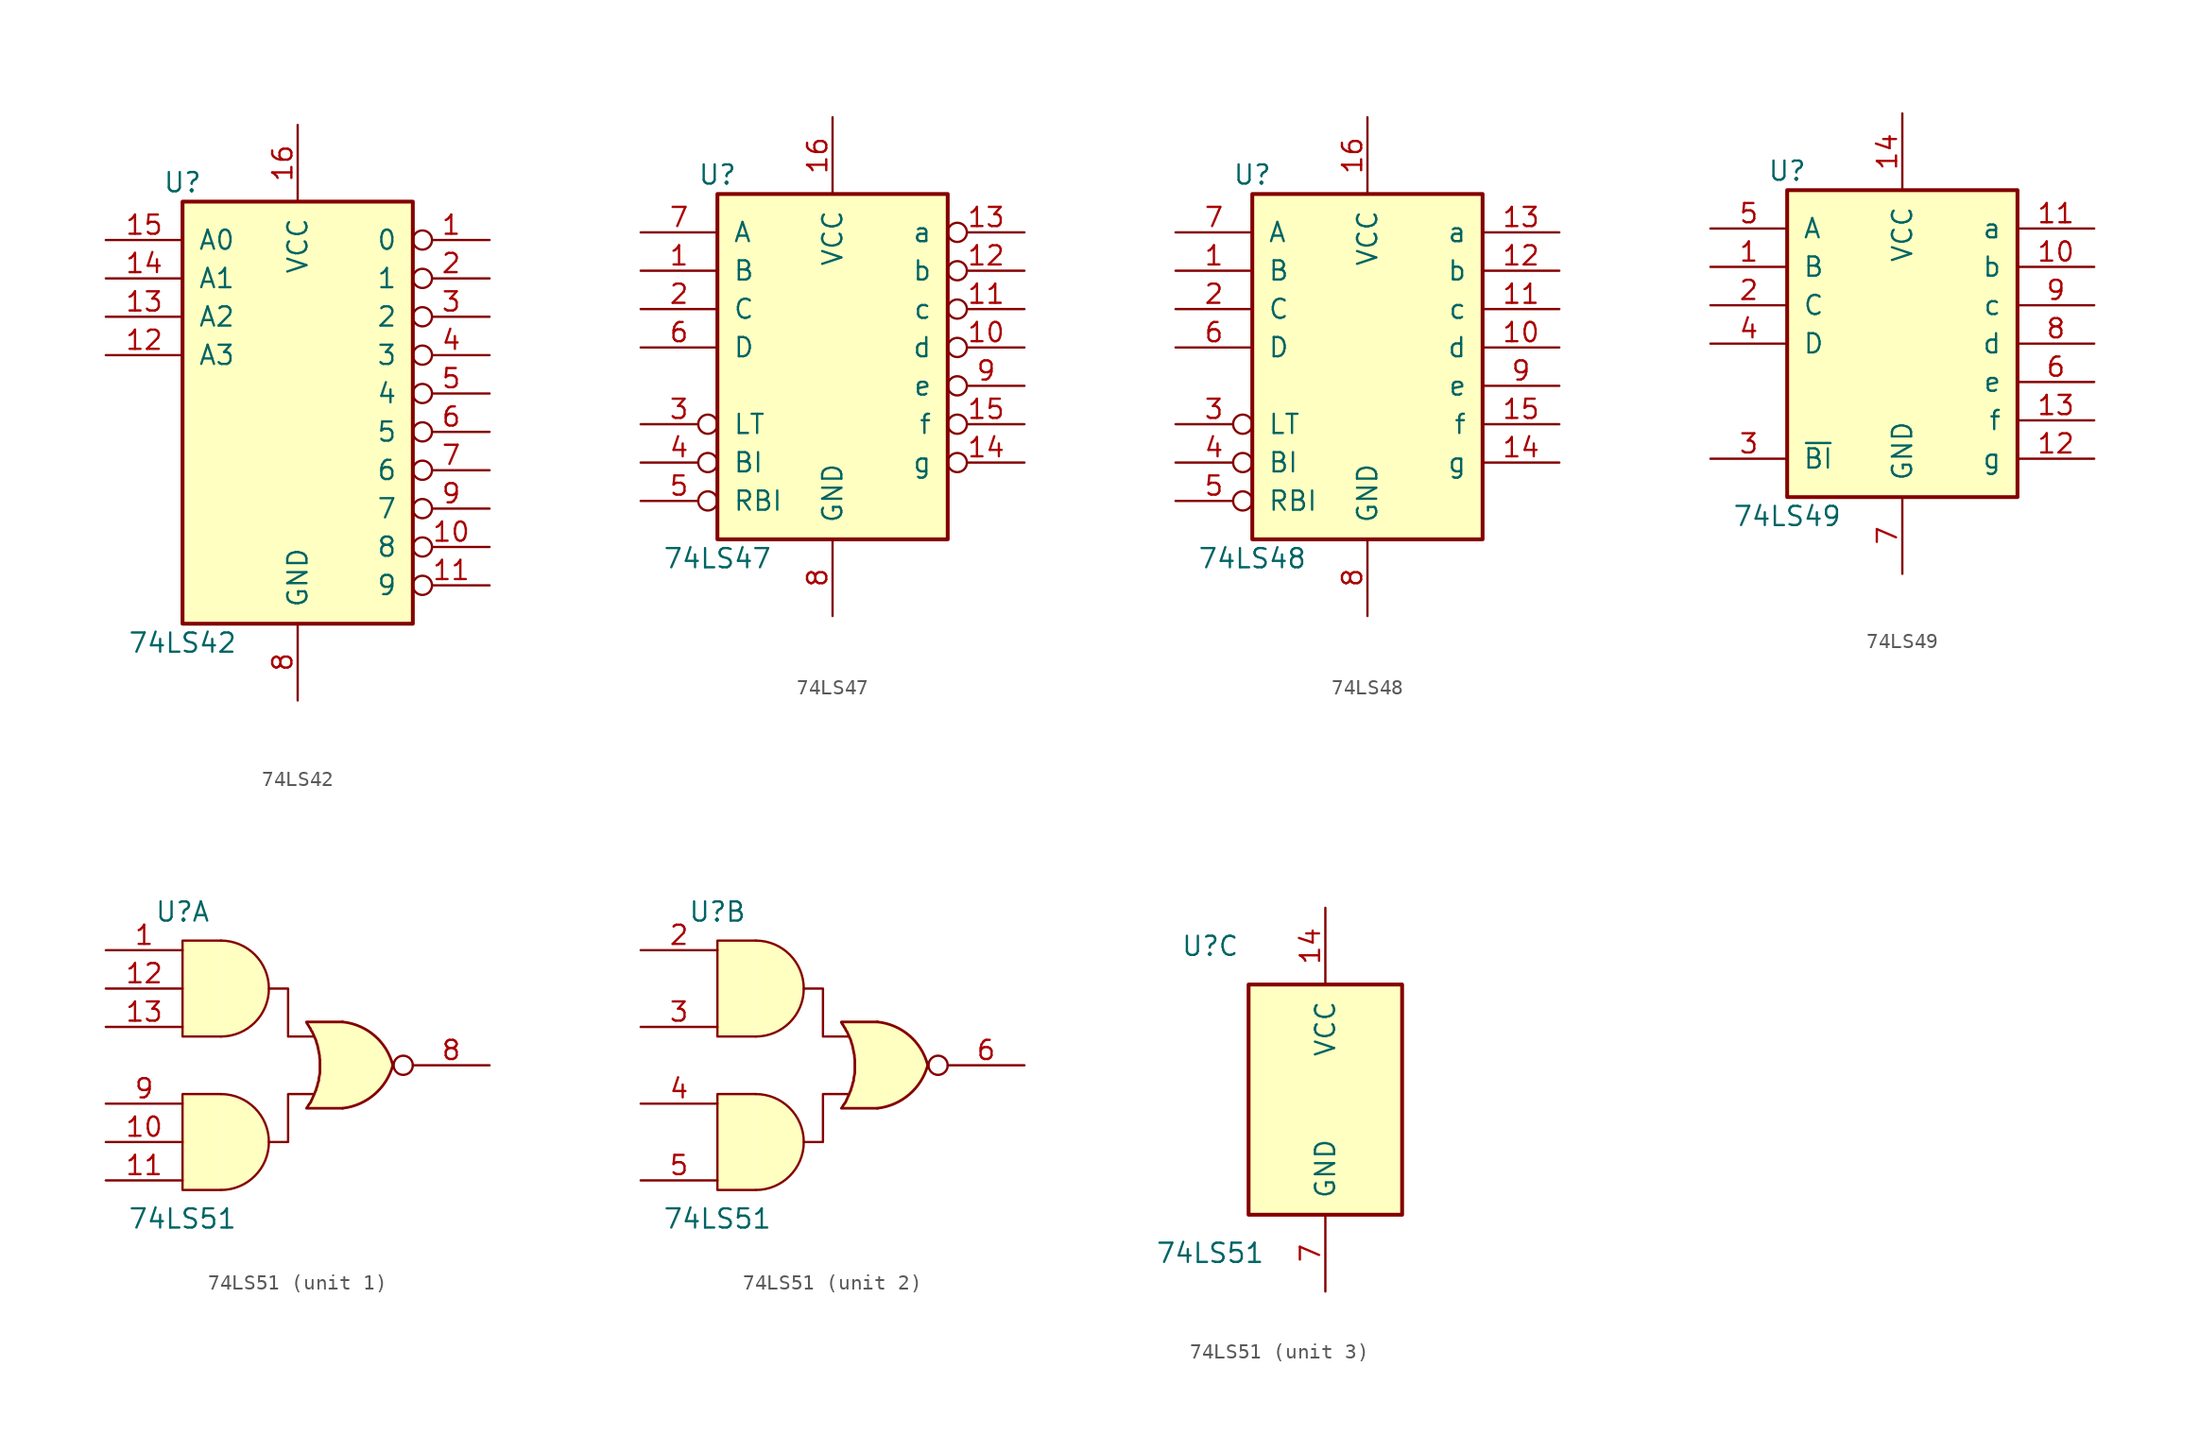
<source format=kicad_sym>
(kicad_symbol_lib
  (version 20201005)
  (generator kicad_symbol_editor)
  (symbol "74LS42"
    (pin_names
      (offset 1.016))
    (property "Reference" "U"
      (at -7.62 13.97 0)
      (effects (font (size 1.27 1.27))))
    (property "Value" "74LS42"
      (at -7.62 -16.51 0)
      (effects (font (size 1.27 1.27))))
    (property "ki_locked" ""
      (at 0 0 0)
      (effects (font (size 1.27 1.27))))
    (symbol "74LS42_1_0"
      (pin output inverted (at 12.7 10.16 180) (length 5.08) (name "0" (effects (font (size 1.27 1.27)))) (number "1" (effects (font (size 1.27 1.27)))))
      (pin output inverted (at 12.7 -10.16 180) (length 5.08) (name "8" (effects (font (size 1.27 1.27)))) (number "10" (effects (font (size 1.27 1.27)))))
      (pin output inverted (at 12.7 -12.7 180) (length 5.08) (name "9" (effects (font (size 1.27 1.27)))) (number "11" (effects (font (size 1.27 1.27)))))
      (pin input line (at -12.7 2.54 0) (length 5.08) (name "A3" (effects (font (size 1.27 1.27)))) (number "12" (effects (font (size 1.27 1.27)))))
      (pin input line (at -12.7 5.08 0) (length 5.08) (name "A2" (effects (font (size 1.27 1.27)))) (number "13" (effects (font (size 1.27 1.27)))))
      (pin input line (at -12.7 7.62 0) (length 5.08) (name "A1" (effects (font (size 1.27 1.27)))) (number "14" (effects (font (size 1.27 1.27)))))
      (pin input line (at -12.7 10.16 0) (length 5.08) (name "A0" (effects (font (size 1.27 1.27)))) (number "15" (effects (font (size 1.27 1.27)))))
      (pin power_in line (at 0 17.78 270) (length 5.08) (name "VCC" (effects (font (size 1.27 1.27)))) (number "16" (effects (font (size 1.27 1.27)))))
      (pin output inverted (at 12.7 7.62 180) (length 5.08) (name "1" (effects (font (size 1.27 1.27)))) (number "2" (effects (font (size 1.27 1.27)))))
      (pin output inverted (at 12.7 5.08 180) (length 5.08) (name "2" (effects (font (size 1.27 1.27)))) (number "3" (effects (font (size 1.27 1.27)))))
      (pin output inverted (at 12.7 2.54 180) (length 5.08) (name "3" (effects (font (size 1.27 1.27)))) (number "4" (effects (font (size 1.27 1.27)))))
      (pin output inverted (at 12.7 0 180) (length 5.08) (name "4" (effects (font (size 1.27 1.27)))) (number "5" (effects (font (size 1.27 1.27)))))
      (pin output inverted (at 12.7 -2.54 180) (length 5.08) (name "5" (effects (font (size 1.27 1.27)))) (number "6" (effects (font (size 1.27 1.27)))))
      (pin output inverted (at 12.7 -5.08 180) (length 5.08) (name "6" (effects (font (size 1.27 1.27)))) (number "7" (effects (font (size 1.27 1.27)))))
      (pin power_in line (at 0 -20.32 90) (length 5.08) (name "GND" (effects (font (size 1.27 1.27)))) (number "8" (effects (font (size 1.27 1.27)))))
      (pin output inverted (at 12.7 -7.62 180) (length 5.08) (name "7" (effects (font (size 1.27 1.27)))) (number "9" (effects (font (size 1.27 1.27))))))
    (symbol "74LS42_1_1"
      (rectangle (start -7.62 12.7) (end 7.62 -15.24) (stroke (width 0.254)) (fill (type background)))))
  (symbol "74LS47"
    (pin_names
      (offset 1.016))
    (property "Reference" "U"
      (at -7.62 11.43 0)
      (effects (font (size 1.27 1.27))))
    (property "Value" "74LS47"
      (at -7.62 -13.97 0)
      (effects (font (size 1.27 1.27))))
    (property "ki_locked" ""
      (at 0 0 0)
      (effects (font (size 1.27 1.27))))
    (symbol "74LS47_1_0"
      (pin input line (at -12.7 5.08 0) (length 5.08) (name "B" (effects (font (size 1.27 1.27)))) (number "1" (effects (font (size 1.27 1.27)))))
      (pin open_collector inverted (at 12.7 0 180) (length 5.08) (name "d" (effects (font (size 1.27 1.27)))) (number "10" (effects (font (size 1.27 1.27)))))
      (pin open_collector inverted (at 12.7 2.54 180) (length 5.08) (name "c" (effects (font (size 1.27 1.27)))) (number "11" (effects (font (size 1.27 1.27)))))
      (pin open_collector inverted (at 12.7 5.08 180) (length 5.08) (name "b" (effects (font (size 1.27 1.27)))) (number "12" (effects (font (size 1.27 1.27)))))
      (pin open_collector inverted (at 12.7 7.62 180) (length 5.08) (name "a" (effects (font (size 1.27 1.27)))) (number "13" (effects (font (size 1.27 1.27)))))
      (pin open_collector inverted (at 12.7 -7.62 180) (length 5.08) (name "g" (effects (font (size 1.27 1.27)))) (number "14" (effects (font (size 1.27 1.27)))))
      (pin open_collector inverted (at 12.7 -5.08 180) (length 5.08) (name "f" (effects (font (size 1.27 1.27)))) (number "15" (effects (font (size 1.27 1.27)))))
      (pin power_in line (at 0 15.24 270) (length 5.08) (name "VCC" (effects (font (size 1.27 1.27)))) (number "16" (effects (font (size 1.27 1.27)))))
      (pin input line (at -12.7 2.54 0) (length 5.08) (name "C" (effects (font (size 1.27 1.27)))) (number "2" (effects (font (size 1.27 1.27)))))
      (pin input inverted (at -12.7 -5.08 0) (length 5.08) (name "LT" (effects (font (size 1.27 1.27)))) (number "3" (effects (font (size 1.27 1.27)))))
      (pin input inverted (at -12.7 -7.62 0) (length 5.08) (name "BI" (effects (font (size 1.27 1.27)))) (number "4" (effects (font (size 1.27 1.27)))))
      (pin input inverted (at -12.7 -10.16 0) (length 5.08) (name "RBI" (effects (font (size 1.27 1.27)))) (number "5" (effects (font (size 1.27 1.27)))))
      (pin input line (at -12.7 0 0) (length 5.08) (name "D" (effects (font (size 1.27 1.27)))) (number "6" (effects (font (size 1.27 1.27)))))
      (pin input line (at -12.7 7.62 0) (length 5.08) (name "A" (effects (font (size 1.27 1.27)))) (number "7" (effects (font (size 1.27 1.27)))))
      (pin power_in line (at 0 -17.78 90) (length 5.08) (name "GND" (effects (font (size 1.27 1.27)))) (number "8" (effects (font (size 1.27 1.27)))))
      (pin open_collector inverted (at 12.7 -2.54 180) (length 5.08) (name "e" (effects (font (size 1.27 1.27)))) (number "9" (effects (font (size 1.27 1.27))))))
    (symbol "74LS47_1_1"
      (rectangle (start -7.62 10.16) (end 7.62 -12.7) (stroke (width 0.254)) (fill (type background)))))
  (symbol "74LS48"
    (pin_names
      (offset 1.016))
    (property "Reference" "U"
      (at -7.62 11.43 0)
      (effects (font (size 1.27 1.27))))
    (property "Value" "74LS48"
      (at -7.62 -13.97 0)
      (effects (font (size 1.27 1.27))))
    (property "ki_locked" ""
      (at 0 0 0)
      (effects (font (size 1.27 1.27))))
    (symbol "74LS48_1_0"
      (pin input line (at -12.7 5.08 0) (length 5.08) (name "B" (effects (font (size 1.27 1.27)))) (number "1" (effects (font (size 1.27 1.27)))))
      (pin open_collector line (at 12.7 0 180) (length 5.08) (name "d" (effects (font (size 1.27 1.27)))) (number "10" (effects (font (size 1.27 1.27)))))
      (pin open_collector line (at 12.7 2.54 180) (length 5.08) (name "c" (effects (font (size 1.27 1.27)))) (number "11" (effects (font (size 1.27 1.27)))))
      (pin open_collector line (at 12.7 5.08 180) (length 5.08) (name "b" (effects (font (size 1.27 1.27)))) (number "12" (effects (font (size 1.27 1.27)))))
      (pin open_collector line (at 12.7 7.62 180) (length 5.08) (name "a" (effects (font (size 1.27 1.27)))) (number "13" (effects (font (size 1.27 1.27)))))
      (pin open_collector line (at 12.7 -7.62 180) (length 5.08) (name "g" (effects (font (size 1.27 1.27)))) (number "14" (effects (font (size 1.27 1.27)))))
      (pin open_collector line (at 12.7 -5.08 180) (length 5.08) (name "f" (effects (font (size 1.27 1.27)))) (number "15" (effects (font (size 1.27 1.27)))))
      (pin power_in line (at 0 15.24 270) (length 5.08) (name "VCC" (effects (font (size 1.27 1.27)))) (number "16" (effects (font (size 1.27 1.27)))))
      (pin input line (at -12.7 2.54 0) (length 5.08) (name "C" (effects (font (size 1.27 1.27)))) (number "2" (effects (font (size 1.27 1.27)))))
      (pin input inverted (at -12.7 -5.08 0) (length 5.08) (name "LT" (effects (font (size 1.27 1.27)))) (number "3" (effects (font (size 1.27 1.27)))))
      (pin input inverted (at -12.7 -7.62 0) (length 5.08) (name "BI" (effects (font (size 1.27 1.27)))) (number "4" (effects (font (size 1.27 1.27)))))
      (pin input inverted (at -12.7 -10.16 0) (length 5.08) (name "RBI" (effects (font (size 1.27 1.27)))) (number "5" (effects (font (size 1.27 1.27)))))
      (pin input line (at -12.7 0 0) (length 5.08) (name "D" (effects (font (size 1.27 1.27)))) (number "6" (effects (font (size 1.27 1.27)))))
      (pin input line (at -12.7 7.62 0) (length 5.08) (name "A" (effects (font (size 1.27 1.27)))) (number "7" (effects (font (size 1.27 1.27)))))
      (pin power_in line (at 0 -17.78 90) (length 5.08) (name "GND" (effects (font (size 1.27 1.27)))) (number "8" (effects (font (size 1.27 1.27)))))
      (pin open_collector line (at 12.7 -2.54 180) (length 5.08) (name "e" (effects (font (size 1.27 1.27)))) (number "9" (effects (font (size 1.27 1.27))))))
    (symbol "74LS48_1_1"
      (rectangle (start -7.62 10.16) (end 7.62 -12.7) (stroke (width 0.254)) (fill (type background)))))
  (symbol "74LS49"
    (pin_names
      (offset 1.016))
    (property "Reference" "U"
      (at -7.62 11.43 0)
      (effects (font (size 1.27 1.27))))
    (property "Value" "74LS49"
      (at -7.62 -11.43 0)
      (effects (font (size 1.27 1.27))))
    (property "ki_locked" ""
      (at 0 0 0)
      (effects (font (size 1.27 1.27))))
    (symbol "74LS49_1_0"
      (pin input line (at -12.7 5.08 0) (length 5.08) (name "B" (effects (font (size 1.27 1.27)))) (number "1" (effects (font (size 1.27 1.27)))))
      (pin open_collector line (at 12.7 5.08 180) (length 5.08) (name "b" (effects (font (size 1.27 1.27)))) (number "10" (effects (font (size 1.27 1.27)))))
      (pin open_collector line (at 12.7 7.62 180) (length 5.08) (name "a" (effects (font (size 1.27 1.27)))) (number "11" (effects (font (size 1.27 1.27)))))
      (pin open_collector line (at 12.7 -7.62 180) (length 5.08) (name "g" (effects (font (size 1.27 1.27)))) (number "12" (effects (font (size 1.27 1.27)))))
      (pin open_collector line (at 12.7 -5.08 180) (length 5.08) (name "f" (effects (font (size 1.27 1.27)))) (number "13" (effects (font (size 1.27 1.27)))))
      (pin power_in line (at 0 15.24 270) (length 5.08) (name "VCC" (effects (font (size 1.27 1.27)))) (number "14" (effects (font (size 1.27 1.27)))))
      (pin input line (at -12.7 2.54 0) (length 5.08) (name "C" (effects (font (size 1.27 1.27)))) (number "2" (effects (font (size 1.27 1.27)))))
      (pin input line (at -12.7 -7.62 0) (length 5.08) (name "~BI" (effects (font (size 1.27 1.27)))) (number "3" (effects (font (size 1.27 1.27)))))
      (pin input line (at -12.7 0 0) (length 5.08) (name "D" (effects (font (size 1.27 1.27)))) (number "4" (effects (font (size 1.27 1.27)))))
      (pin input line (at -12.7 7.62 0) (length 5.08) (name "A" (effects (font (size 1.27 1.27)))) (number "5" (effects (font (size 1.27 1.27)))))
      (pin open_collector line (at 12.7 -2.54 180) (length 5.08) (name "e" (effects (font (size 1.27 1.27)))) (number "6" (effects (font (size 1.27 1.27)))))
      (pin power_in line (at 0 -15.24 90) (length 5.08) (name "GND" (effects (font (size 1.27 1.27)))) (number "7" (effects (font (size 1.27 1.27)))))
      (pin open_collector line (at 12.7 0 180) (length 5.08) (name "d" (effects (font (size 1.27 1.27)))) (number "8" (effects (font (size 1.27 1.27)))))
      (pin open_collector line (at 12.7 2.54 180) (length 5.08) (name "c" (effects (font (size 1.27 1.27)))) (number "9" (effects (font (size 1.27 1.27))))))
    (symbol "74LS49_1_1"
      (rectangle (start -7.62 10.16) (end 7.62 -10.16) (stroke (width 0.254)) (fill (type background)))))
  (symbol "74LS51"
    (pin_names
      (offset 1.016))
    (property "Reference" "U"
      (at -7.62 10.16 0)
      (effects (font (size 1.27 1.27))))
    (property "Value" "74LS51"
      (at -7.62 -10.16 0)
      (effects (font (size 1.27 1.27))))
    (property "ki_locked" ""
      (at 0 0 0)
      (effects (font (size 1.27 1.27))))
    (symbol "74LS51_1_0"
      (arc (start -5.08 -8.255) (end -5.08 -1.905) (radius (at -5.08 -5.08) (length 3.175) (angles -89.9 89.9)) (stroke (width 0)) (fill (type background)))
      (arc (start -5.08 1.905) (end -5.08 8.255) (radius (at -5.08 5.08) (length 3.175) (angles -89.9 89.9)) (stroke (width 0)) (fill (type background)))
      (arc (start 6.2992 0) (end 2.9718 2.8702) (radius (at 2.5654 -0.9906) (length 3.8862) (angles 14.9 85.7)) (stroke (width 0.1778)) (fill (type background)))
      (arc (start 6.2992 0) (end 2.9718 -2.8448) (radius (at 2.5654 1.016) (length 3.8862) (angles -14.9 -85.7)) (stroke (width 0.1778)) (fill (type background)))
      (circle (center 6.985 0) (radius 0.635) (stroke (width 0)) (fill (type none)))
      (polyline (pts (xy -5.08 -1.905) (xy -7.62 -1.905) (xy -7.62 -8.255) (xy -5.08 -8.255)) (stroke (width 0)) (fill (type background)))
      (polyline (pts (xy -5.08 1.905) (xy -7.62 1.905) (xy -7.62 8.255) (xy -5.08 8.255)) (stroke (width 0)) (fill (type background)))
      (polyline (pts (xy -1.905 -5.08) (xy -0.635 -5.08) (xy -0.635 -1.905) (xy 1.016 -1.905)) (stroke (width 0)) (fill (type none)))
      (polyline (pts (xy -1.905 5.08) (xy -0.635 5.08) (xy -0.635 1.905) (xy 1.016 1.905)) (stroke (width 0)) (fill (type none)))
      (polyline (pts (xy 2.972 2.87) (xy 0.584 2.87) (xy 0.584 2.845) (xy 0.635 2.743) (xy 0.711 2.642) (xy 0.762 2.54) (xy 0.838 2.438) (xy 0.889 2.311) (xy 0.965 2.21) (xy 1.016 2.083) (xy 1.067 1.981) (xy 1.118 1.854) (xy 1.168 1.753) (xy 1.219 1.626) (xy 1.245 1.499) (xy 1.295 1.372) (xy 1.321 1.27) (xy 1.346 1.143) (xy 1.372 1.016) (xy 1.397 0.889) (xy 1.422 0.762) (xy 1.448 0.635) (xy 1.448 0.508) (xy 1.473 0.381) (xy 1.473 0.254) (xy 1.473 0.127) (xy 1.473 0) (xy 1.473 -0.127) (xy 1.473 -0.254) (xy 1.473 -0.381) (xy 1.473 -0.508) (xy 1.448 -0.635) (xy 1.422 -0.762) (xy 1.397 -0.889) (xy 1.397 -1.016) (xy 1.346 -1.143) (xy 1.321 -1.245) (xy 1.295 -1.372) (xy 1.245 -1.499) (xy 1.219 -1.626) (xy 1.168 -1.727) (xy 1.118 -1.854) (xy 1.067 -1.981) (xy 1.016 -2.083) (xy 0.965 -2.21) (xy 0.914 -2.311) (xy 0.864 -2.438) (xy 0.787 -2.54) (xy 0.711 -2.642) (xy 0.66 -2.743) (xy 0.584 -2.845) (xy 0.584 -2.845) (xy 2.972 -2.845)) (stroke (width 0.178)) (fill (type background)))
      (pin input line (at -12.7 7.62 0) (length 5.08) (name "~" (effects (font (size 1.27 1.27)))) (number "1" (effects (font (size 1.27 1.27)))))
      (pin input line (at -12.7 -5.08 0) (length 5.08) (name "~" (effects (font (size 1.27 1.27)))) (number "10" (effects (font (size 1.27 1.27)))))
      (pin input line (at -12.7 -7.62 0) (length 5.08) (name "~" (effects (font (size 1.27 1.27)))) (number "11" (effects (font (size 1.27 1.27)))))
      (pin input line (at -12.7 5.08 0) (length 5.08) (name "~" (effects (font (size 1.27 1.27)))) (number "12" (effects (font (size 1.27 1.27)))))
      (pin input line (at -12.7 2.54 0) (length 5.08) (name "~" (effects (font (size 1.27 1.27)))) (number "13" (effects (font (size 1.27 1.27)))))
      (pin output line (at 12.7 0 180) (length 5.08) (name "~" (effects (font (size 1.27 1.27)))) (number "8" (effects (font (size 1.27 1.27)))))
      (pin input line (at -12.7 -2.54 0) (length 5.08) (name "~" (effects (font (size 1.27 1.27)))) (number "9" (effects (font (size 1.27 1.27))))))
    (symbol "74LS51_2_0"
      (arc (start -5.08 -8.255) (end -5.08 -1.905) (radius (at -5.08 -5.08) (length 3.175) (angles -89.9 89.9)) (stroke (width 0)) (fill (type background)))
      (arc (start -5.08 1.905) (end -5.08 8.255) (radius (at -5.08 5.08) (length 3.175) (angles -89.9 89.9)) (stroke (width 0)) (fill (type background)))
      (arc (start 6.2992 0) (end 2.9718 2.8702) (radius (at 2.5654 -0.9906) (length 3.8862) (angles 14.9 85.7)) (stroke (width 0.1778)) (fill (type background)))
      (arc (start 6.2992 0) (end 2.9718 -2.8448) (radius (at 2.5654 1.016) (length 3.8862) (angles -14.9 -85.7)) (stroke (width 0.1778)) (fill (type background)))
      (circle (center 6.985 0) (radius 0.635) (stroke (width 0)) (fill (type none)))
      (polyline (pts (xy -5.08 -1.905) (xy -7.62 -1.905) (xy -7.62 -8.255) (xy -5.08 -8.255)) (stroke (width 0)) (fill (type background)))
      (polyline (pts (xy -5.08 1.905) (xy -7.62 1.905) (xy -7.62 8.255) (xy -5.08 8.255)) (stroke (width 0)) (fill (type background)))
      (polyline (pts (xy -1.905 -5.08) (xy -0.635 -5.08) (xy -0.635 -1.905) (xy 1.016 -1.905)) (stroke (width 0)) (fill (type none)))
      (polyline (pts (xy -1.905 5.08) (xy -0.635 5.08) (xy -0.635 1.905) (xy 1.016 1.905)) (stroke (width 0)) (fill (type none)))
      (polyline (pts (xy 2.972 2.87) (xy 0.584 2.87) (xy 0.584 2.845) (xy 0.635 2.743) (xy 0.711 2.642) (xy 0.762 2.54) (xy 0.838 2.438) (xy 0.889 2.311) (xy 0.965 2.21) (xy 1.016 2.083) (xy 1.067 1.981) (xy 1.118 1.854) (xy 1.168 1.753) (xy 1.219 1.626) (xy 1.245 1.499) (xy 1.295 1.372) (xy 1.321 1.27) (xy 1.346 1.143) (xy 1.372 1.016) (xy 1.397 0.889) (xy 1.422 0.762) (xy 1.448 0.635) (xy 1.448 0.508) (xy 1.473 0.381) (xy 1.473 0.254) (xy 1.473 0.127) (xy 1.473 0) (xy 1.473 -0.127) (xy 1.473 -0.254) (xy 1.473 -0.381) (xy 1.473 -0.508) (xy 1.448 -0.635) (xy 1.422 -0.762) (xy 1.397 -0.889) (xy 1.397 -1.016) (xy 1.346 -1.143) (xy 1.321 -1.245) (xy 1.295 -1.372) (xy 1.245 -1.499) (xy 1.219 -1.626) (xy 1.168 -1.727) (xy 1.118 -1.854) (xy 1.067 -1.981) (xy 1.016 -2.083) (xy 0.965 -2.21) (xy 0.914 -2.311) (xy 0.864 -2.438) (xy 0.787 -2.54) (xy 0.711 -2.642) (xy 0.66 -2.743) (xy 0.584 -2.845) (xy 0.584 -2.845) (xy 2.972 -2.845)) (stroke (width 0.178)) (fill (type background)))
      (pin input line (at -12.7 7.62 0) (length 5.08) (name "~" (effects (font (size 1.27 1.27)))) (number "2" (effects (font (size 1.27 1.27)))))
      (pin input line (at -12.7 2.54 0) (length 5.08) (name "~" (effects (font (size 1.27 1.27)))) (number "3" (effects (font (size 1.27 1.27)))))
      (pin input line (at -12.7 -2.54 0) (length 5.08) (name "~" (effects (font (size 1.27 1.27)))) (number "4" (effects (font (size 1.27 1.27)))))
      (pin input line (at -12.7 -7.62 0) (length 5.08) (name "~" (effects (font (size 1.27 1.27)))) (number "5" (effects (font (size 1.27 1.27)))))
      (pin output line (at 12.7 0 180) (length 5.08) (name "~" (effects (font (size 1.27 1.27)))) (number "6" (effects (font (size 1.27 1.27))))))
    (symbol "74LS51_3_0"
      (pin power_in line (at 0 12.7 270) (length 5.08) (name "VCC" (effects (font (size 1.27 1.27)))) (number "14" (effects (font (size 1.27 1.27)))))
      (pin power_in line (at 0 -12.7 90) (length 5.08) (name "GND" (effects (font (size 1.27 1.27)))) (number "7" (effects (font (size 1.27 1.27))))))
    (symbol "74LS51_3_1"
      (rectangle (start -5.08 7.62) (end 5.08 -7.62) (stroke (width 0.254)) (fill (type background))))))
</source>
